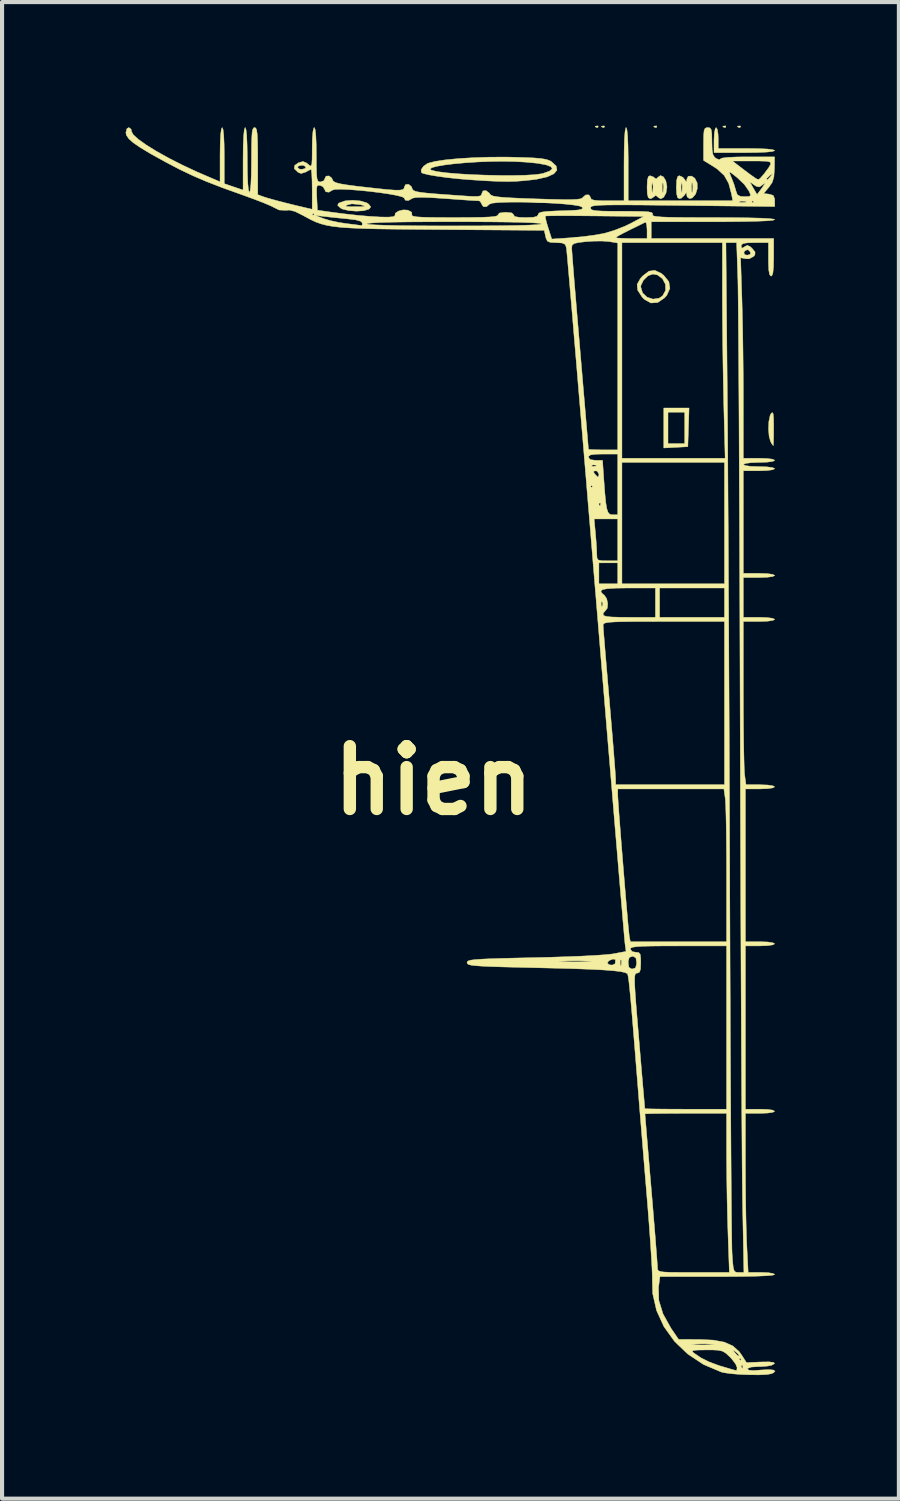
<source format=kicad_pcb>
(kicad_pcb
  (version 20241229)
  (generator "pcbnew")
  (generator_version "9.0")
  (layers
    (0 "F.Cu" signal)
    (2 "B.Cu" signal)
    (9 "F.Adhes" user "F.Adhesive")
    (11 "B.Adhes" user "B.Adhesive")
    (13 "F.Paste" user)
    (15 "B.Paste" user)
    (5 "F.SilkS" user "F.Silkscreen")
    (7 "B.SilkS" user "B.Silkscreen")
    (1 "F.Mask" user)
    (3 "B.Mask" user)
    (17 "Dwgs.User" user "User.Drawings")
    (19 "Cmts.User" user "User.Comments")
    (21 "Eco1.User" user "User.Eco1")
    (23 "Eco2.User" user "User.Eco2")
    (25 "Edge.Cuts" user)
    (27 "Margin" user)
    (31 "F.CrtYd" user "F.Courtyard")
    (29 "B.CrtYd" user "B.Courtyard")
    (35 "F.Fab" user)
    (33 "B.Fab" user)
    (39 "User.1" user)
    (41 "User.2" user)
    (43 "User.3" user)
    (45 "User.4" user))
  (footprint "hien"
    (layer "F.Cu")
    (at 7.473 15.895)
    (property "Reference" "hien" (at 0 0 0) (layer "F.SilkS") (effects (font (size 1.524 1.524) (thickness 0.3))))
    (attr through_hole)
    (fp_poly (pts (xy 3.996 -15.883) (xy 3.989 -15.853) (xy 3.962 -15.85) (xy 3.921 -15.868) (xy 3.929 -15.883) (xy 3.989 -15.89) (xy 3.996 -15.883)) (stroke (width 0.01) (type solid)) (fill yes) (layer "F.SilkS"))
    (fp_poly (pts (xy 4.149 -15.883) (xy 4.142 -15.853) (xy 4.115 -15.85) (xy 4.073 -15.868) (xy 4.081 -15.883) (xy 4.141 -15.89) (xy 4.149 -15.883)) (stroke (width 0.01) (type solid)) (fill yes) (layer "F.SilkS"))
    (fp_poly (pts (xy 5.419 -15.883) (xy 5.412 -15.853) (xy 5.385 -15.85) (xy 5.343 -15.868) (xy 5.351 -15.883) (xy 5.411 -15.89) (xy 5.419 -15.883)) (stroke (width 0.01) (type solid)) (fill yes) (layer "F.SilkS"))
    (fp_poly (pts (xy 7.095 -15.883) (xy 7.088 -15.853) (xy 7.061 -15.85) (xy 7.019 -15.868) (xy 7.027 -15.883) (xy 7.088 -15.89) (xy 7.095 -15.883)) (stroke (width 0.01) (type solid)) (fill yes) (layer "F.SilkS"))
    (fp_poly (pts (xy 7.451 -15.883) (xy 7.444 -15.853) (xy 7.417 -15.85) (xy 7.375 -15.868) (xy 7.383 -15.883) (xy 7.443 -15.89) (xy 7.451 -15.883)) (stroke (width 0.01) (type solid)) (fill yes) (layer "F.SilkS"))
    (fp_poly (pts (xy 6.172 -8.103) (xy 5.588 -8.072) (xy 5.588 -8.941) (xy 5.69 -8.941) (xy 5.69 -8.179) (xy 6.096 -8.179) (xy 6.096 -8.941) (xy 5.69 -8.941) (xy 5.588 -8.941) (xy 5.588 -9.042) (xy 6.201 -9.042) (xy 6.172 -8.103)) (stroke (width 0.01) (type solid)) (fill yes) (layer "F.SilkS"))
    (fp_poly (pts (xy 8.242 -8.902) (xy 8.252 -8.799) (xy 8.255 -8.611) (xy 8.255 -8.561) (xy 8.254 -8.365) (xy 8.251 -8.216) (xy 8.246 -8.136) (xy 8.244 -8.128) (xy 8.215 -8.166) (xy 8.181 -8.226) (xy 8.144 -8.355) (xy 8.13 -8.532) (xy 8.138 -8.715) (xy 8.169 -8.861) (xy 8.191 -8.907) (xy 8.222 -8.933) (xy 8.242 -8.902)) (stroke (width 0.01) (type solid)) (fill yes) (layer "F.SilkS"))
    (fp_poly (pts (xy 6.887 -15.804) (xy 6.905 -15.687) (xy 6.909 -15.596) (xy 6.909 -15.342) (xy 7.595 -15.342) (xy 7.884 -15.338) (xy 8.102 -15.328) (xy 8.237 -15.311) (xy 8.28 -15.291) (xy 8.231 -15.27) (xy 8.09 -15.254) (xy 7.865 -15.244) (xy 7.565 -15.24) (xy 7.544 -15.24) (xy 6.807 -15.24) (xy 6.807 -15.545) (xy 6.815 -15.707) (xy 6.835 -15.817) (xy 6.858 -15.85) (xy 6.887 -15.804)) (stroke (width 0.01) (type solid)) (fill yes) (layer "F.SilkS"))
    (fp_poly (pts (xy -1.776 -14.068) (xy -1.625 -14.023) (xy -1.575 -13.99) (xy -1.525 -13.926) (xy -1.555 -13.881) (xy -1.575 -13.867) (xy -1.696 -13.831) (xy -1.871 -13.82) (xy -2.056 -13.834) (xy -2.209 -13.87) (xy -2.26 -13.897) (xy -2.316 -13.95) (xy -2.134 -13.95) (xy -2.121 -13.935) (xy -2.023 -13.929) (xy -1.905 -13.928) (xy -1.744 -13.929) (xy -1.674 -13.936) (xy -1.687 -13.951) (xy -1.77 -13.977) (xy -1.981 -13.998) (xy -2.075 -13.977) (xy -2.134 -13.95) (xy -2.316 -13.95) (xy -2.327 -13.96) (xy -2.312 -14.004) (xy -2.286 -14.022) (xy -2.147 -14.07) (xy -1.964 -14.084) (xy -1.776 -14.068)) (stroke (width 0.01) (type solid)) (fill yes) (layer "F.SilkS"))
    (fp_poly (pts (xy 5.521 -12.313) (xy 5.584 -12.264) (xy 5.711 -12.109) (xy 5.736 -11.945) (xy 5.661 -11.778) (xy 5.606 -11.716) (xy 5.441 -11.603) (xy 5.275 -11.591) (xy 5.116 -11.679) (xy 5.059 -11.739) (xy 4.954 -11.902) (xy 4.947 -11.98) (xy 5.029 -11.98) (xy 5.073 -11.835) (xy 5.182 -11.732) (xy 5.326 -11.685) (xy 5.474 -11.707) (xy 5.559 -11.764) (xy 5.632 -11.898) (xy 5.627 -12.047) (xy 5.556 -12.181) (xy 5.434 -12.272) (xy 5.323 -12.294) (xy 5.203 -12.251) (xy 5.095 -12.146) (xy 5.033 -12.019) (xy 5.029 -11.98) (xy 4.947 -11.98) (xy 4.941 -12.045) (xy 5.023 -12.189) (xy 5.076 -12.247) (xy 5.227 -12.363) (xy 5.368 -12.384) (xy 5.521 -12.313)) (stroke (width 0.01) (type solid)) (fill yes) (layer "F.SilkS"))
    (fp_poly (pts (xy 5.579 -14.653) (xy 5.637 -14.558) (xy 5.664 -14.42) (xy 5.664 -14.402) (xy 5.642 -14.26) (xy 5.586 -14.159) (xy 5.516 -14.118) (xy 5.447 -14.156) (xy 5.441 -14.166) (xy 5.391 -14.205) (xy 5.363 -14.179) (xy 5.286 -14.127) (xy 5.255 -14.122) (xy 5.21 -14.151) (xy 5.187 -14.247) (xy 5.182 -14.402) (xy 5.296 -14.402) (xy 5.3 -14.297) (xy 5.312 -14.27) (xy 5.318 -14.287) (xy 5.327 -14.402) (xy 5.55 -14.402) (xy 5.554 -14.297) (xy 5.566 -14.27) (xy 5.572 -14.287) (xy 5.582 -14.409) (xy 5.573 -14.49) (xy 5.56 -14.518) (xy 5.551 -14.457) (xy 5.55 -14.402) (xy 5.327 -14.402) (xy 5.328 -14.409) (xy 5.319 -14.49) (xy 5.306 -14.518) (xy 5.297 -14.457) (xy 5.296 -14.402) (xy 5.182 -14.402) (xy 5.189 -14.572) (xy 5.214 -14.66) (xy 5.255 -14.681) (xy 5.344 -14.647) (xy 5.363 -14.625) (xy 5.408 -14.602) (xy 5.441 -14.638) (xy 5.507 -14.685) (xy 5.579 -14.653)) (stroke (width 0.01) (type solid)) (fill yes) (layer "F.SilkS"))
    (fp_poly (pts (xy 6.051 -14.642) (xy 6.092 -14.592) (xy 6.133 -14.53) (xy 6.144 -14.558) (xy 6.145 -14.592) (xy 6.18 -14.667) (xy 6.262 -14.672) (xy 6.34 -14.62) (xy 6.398 -14.507) (xy 6.401 -14.367) (xy 6.36 -14.235) (xy 6.282 -14.143) (xy 6.213 -14.122) (xy 6.156 -14.164) (xy 6.145 -14.211) (xy 6.139 -14.273) (xy 6.113 -14.246) (xy 6.092 -14.211) (xy 6.016 -14.137) (xy 5.966 -14.122) (xy 5.922 -14.15) (xy 5.899 -14.245) (xy 5.893 -14.402) (xy 6.007 -14.402) (xy 6.011 -14.297) (xy 6.023 -14.27) (xy 6.029 -14.287) (xy 6.038 -14.402) (xy 6.261 -14.402) (xy 6.265 -14.297) (xy 6.277 -14.27) (xy 6.283 -14.287) (xy 6.293 -14.409) (xy 6.284 -14.49) (xy 6.271 -14.518) (xy 6.263 -14.457) (xy 6.261 -14.402) (xy 6.038 -14.402) (xy 6.039 -14.409) (xy 6.03 -14.49) (xy 6.017 -14.518) (xy 6.009 -14.457) (xy 6.007 -14.402) (xy 5.893 -14.402) (xy 5.9 -14.572) (xy 5.925 -14.659) (xy 5.966 -14.681) (xy 6.051 -14.642)) (stroke (width 0.01) (type solid)) (fill yes) (layer "F.SilkS"))
    (fp_poly (pts (xy 1.867 -15.131) (xy 2.195 -15.122) (xy 2.438 -15.112) (xy 2.611 -15.097) (xy 2.732 -15.076) (xy 2.815 -15.048) (xy 2.86 -15.023) (xy 2.976 -14.916) (xy 2.995 -14.816) (xy 2.92 -14.727) (xy 2.756 -14.652) (xy 2.506 -14.595) (xy 2.382 -14.579) (xy 2.171 -14.557) (xy 1.981 -14.543) (xy 1.787 -14.539) (xy 1.565 -14.543) (xy 1.293 -14.556) (xy 0.947 -14.578) (xy 0.889 -14.582) (xy 0.604 -14.605) (xy 0.328 -14.635) (xy 0.08 -14.669) (xy -0.12 -14.703) (xy -0.252 -14.735) (xy -0.294 -14.755) (xy -0.302 -14.823) (xy -0.29 -14.841) (xy -0.084 -14.841) (xy -0.051 -14.814) (xy 0.083 -14.781) (xy 0.3 -14.752) (xy 0.578 -14.728) (xy 0.9 -14.708) (xy 1.244 -14.695) (xy 1.592 -14.687) (xy 1.925 -14.686) (xy 2.221 -14.692) (xy 2.463 -14.706) (xy 2.63 -14.729) (xy 2.652 -14.734) (xy 2.815 -14.792) (xy 2.88 -14.848) (xy 2.85 -14.899) (xy 2.73 -14.944) (xy 2.524 -14.982) (xy 2.234 -15.01) (xy 1.981 -15.024) (xy 1.686 -15.03) (xy 1.377 -15.026) (xy 1.066 -15.014) (xy 0.768 -14.994) (xy 0.495 -14.969) (xy 0.26 -14.94) (xy 0.076 -14.908) (xy -0.043 -14.875) (xy -0.084 -14.841) (xy -0.29 -14.841) (xy -0.246 -14.908) (xy -0.149 -14.977) (xy -0.135 -14.983) (xy 0.034 -15.027) (xy 0.286 -15.065) (xy 0.603 -15.096) (xy 0.965 -15.118) (xy 1.354 -15.131) (xy 1.752 -15.133) (xy 1.867 -15.131)) (stroke (width 0.01) (type solid)) (fill yes) (layer "F.SilkS"))
    (fp_poly (pts (xy -7.341 -15.809) (xy -7.334 -15.762) (xy -7.294 -15.682) (xy -7.172 -15.569) (xy -6.979 -15.431) (xy -6.728 -15.275) (xy -6.43 -15.109) (xy -6.096 -14.939) (xy -5.739 -14.772) (xy -5.595 -14.71) (xy -5.182 -14.533) (xy -5.182 -15.191) (xy -5.178 -15.473) (xy -5.167 -15.684) (xy -5.15 -15.812) (xy -5.131 -15.85) (xy -5.109 -15.801) (xy -5.093 -15.66) (xy -5.083 -15.438) (xy -5.08 -15.169) (xy -5.08 -14.488) (xy -4.623 -14.332) (xy -4.623 -15.091) (xy -4.62 -15.4) (xy -4.61 -15.636) (xy -4.595 -15.788) (xy -4.575 -15.849) (xy -4.572 -15.85) (xy -4.552 -15.8) (xy -4.536 -15.658) (xy -4.526 -15.43) (xy -4.521 -15.126) (xy -4.521 -15.062) (xy -4.518 -14.745) (xy -4.509 -14.503) (xy -4.494 -14.344) (xy -4.475 -14.277) (xy -4.47 -14.275) (xy -4.45 -14.324) (xy -4.434 -14.467) (xy -4.424 -14.694) (xy -4.42 -14.998) (xy -4.42 -15.062) (xy -4.418 -15.366) (xy -4.413 -15.582) (xy -4.404 -15.725) (xy -4.388 -15.807) (xy -4.364 -15.844) (xy -4.343 -15.85) (xy -4.314 -15.836) (xy -4.294 -15.787) (xy -4.28 -15.687) (xy -4.272 -15.525) (xy -4.268 -15.285) (xy -4.267 -15.036) (xy -4.267 -14.221) (xy -4.139 -14.173) (xy -4.026 -14.137) (xy -3.84 -14.085) (xy -3.606 -14.024) (xy -3.349 -13.96) (xy -3.095 -13.9) (xy -3.086 -13.898) (xy -2.946 -13.866) (xy -2.946 -14.333) (xy -2.84 -14.333) (xy -2.835 -14.166) (xy -2.834 -14.157) (xy -2.819 -13.844) (xy -2.543 -13.804) (xy -2.183 -13.757) (xy -1.845 -13.719) (xy -1.542 -13.693) (xy -1.287 -13.678) (xy -1.092 -13.676) (xy -0.971 -13.687) (xy -0.937 -13.711) (xy -0.938 -13.713) (xy -0.928 -13.771) (xy -0.85 -13.822) (xy -0.737 -13.851) (xy -0.626 -13.845) (xy -0.532 -13.796) (xy -0.527 -13.739) (xy -0.525 -13.714) (xy -0.487 -13.696) (xy -0.404 -13.682) (xy -0.262 -13.673) (xy -0.05 -13.668) (xy 0.243 -13.666) (xy 0.51 -13.665) (xy 0.881 -13.667) (xy 1.16 -13.671) (xy 1.358 -13.679) (xy 1.484 -13.691) (xy 1.548 -13.709) (xy 1.562 -13.729) (xy 1.599 -13.775) (xy 1.733 -13.792) (xy 1.753 -13.792) (xy 1.897 -13.778) (xy 1.944 -13.735) (xy 1.943 -13.729) (xy 1.971 -13.69) (xy 2.08 -13.67) (xy 2.235 -13.665) (xy 2.413 -13.671) (xy 2.509 -13.693) (xy 2.515 -13.702) (xy 2.712 -13.702) (xy 2.717 -13.648) (xy 2.747 -13.528) (xy 2.782 -13.414) (xy 2.869 -13.143) (xy 3.352 -13.176) (xy 3.37 -13.178) (xy 4.42 -13.178) (xy 4.466 -13.168) (xy 4.59 -13.161) (xy 4.765 -13.157) (xy 4.801 -13.157) (xy 5.182 -13.157) (xy 5.182 -13.365) (xy 5.173 -13.488) (xy 5.153 -13.551) (xy 5.144 -13.553) (xy 5.082 -13.523) (xy 4.955 -13.46) (xy 4.788 -13.379) (xy 4.763 -13.366) (xy 4.598 -13.283) (xy 4.477 -13.217) (xy 4.421 -13.18) (xy 4.42 -13.178) (xy 3.37 -13.178) (xy 3.612 -13.2) (xy 3.88 -13.235) (xy 4.107 -13.274) (xy 4.161 -13.286) (xy 4.391 -13.355) (xy 4.64 -13.453) (xy 4.794 -13.527) (xy 5.101 -13.691) (xy 3.915 -13.704) (xy 3.579 -13.707) (xy 3.278 -13.709) (xy 3.027 -13.709) (xy 2.841 -13.707) (xy 2.733 -13.704) (xy 2.712 -13.702) (xy 2.515 -13.702) (xy 2.54 -13.734) (xy 2.54 -13.74) (xy 2.559 -13.774) (xy 2.625 -13.798) (xy 2.754 -13.814) (xy 2.962 -13.825) (xy 3.097 -13.829) (xy 3.342 -13.837) (xy 3.501 -13.848) (xy 3.588 -13.865) (xy 3.617 -13.889) (xy 3.609 -13.916) (xy 3.543 -13.945) (xy 3.395 -13.97) (xy 3.182 -13.993) (xy 2.924 -14.011) (xy 2.637 -14.026) (xy 2.341 -14.036) (xy 2.054 -14.04) (xy 1.794 -14.038) (xy 1.579 -14.03) (xy 1.427 -14.014) (xy 1.358 -13.991) (xy 1.356 -13.989) (xy 1.286 -13.929) (xy 1.209 -13.929) (xy 1.169 -13.988) (xy 1.168 -13.995) (xy 1.141 -14.04) (xy 7.41 -14.04) (xy 7.477 -14.031) (xy 7.493 -14.031) (xy 7.58 -14.036) (xy 7.585 -14.046) (xy 7.722 -14.046) (xy 7.747 -14.021) (xy 7.772 -14.046) (xy 7.747 -14.072) (xy 7.722 -14.046) (xy 7.585 -14.046) (xy 7.587 -14.052) (xy 7.583 -14.054) (xy 7.482 -14.064) (xy 7.43 -14.056) (xy 7.41 -14.04) (xy 1.141 -14.04) (xy 1.127 -14.062) (xy 1.089 -14.072) (xy 1.012 -14.075) (xy 0.854 -14.085) (xy 0.635 -14.1) (xy 0.376 -14.119) (xy 0.27 -14.126) (xy -0.054 -14.148) (xy -0.287 -14.156) (xy -0.438 -14.151) (xy -0.515 -14.133) (xy -0.524 -14.126) (xy -0.612 -14.077) (xy -0.687 -14.087) (xy -0.711 -14.137) (xy -0.759 -14.167) (xy -0.887 -14.201) (xy -1.078 -14.236) (xy -1.31 -14.27) (xy -1.563 -14.301) (xy -1.818 -14.326) (xy -2.055 -14.344) (xy -2.253 -14.352) (xy -2.393 -14.348) (xy -2.453 -14.331) (xy -2.542 -14.28) (xy -2.617 -14.291) (xy -2.642 -14.345) (xy -2.684 -14.413) (xy -2.746 -14.443) (xy -2.802 -14.45) (xy -2.831 -14.42) (xy -2.84 -14.333) (xy -2.946 -14.333) (xy -2.946 -14.35) (xy -2.949 -14.558) (xy -2.956 -14.721) (xy -2.966 -14.817) (xy -2.972 -14.834) (xy -3.031 -14.81) (xy -3.1 -14.77) (xy -3.214 -14.734) (xy -3.286 -14.761) (xy -3.379 -14.849) (xy -3.375 -14.884) (xy -3.302 -14.884) (xy -3.259 -14.843) (xy -3.2 -14.834) (xy -3.118 -14.855) (xy -3.099 -14.884) (xy -3.141 -14.926) (xy -3.2 -14.935) (xy -3.283 -14.914) (xy -3.302 -14.884) (xy -3.375 -14.884) (xy -3.371 -14.93) (xy -3.281 -14.993) (xy -3.169 -15.026) (xy -3.08 -14.988) (xy -3.048 -14.961) (xy -3.001 -14.922) (xy -2.972 -14.918) (xy -2.955 -14.964) (xy -2.948 -15.076) (xy -2.946 -15.269) (xy -2.946 -15.359) (xy -2.941 -15.589) (xy -2.927 -15.755) (xy -2.906 -15.841) (xy -2.896 -15.85) (xy -2.874 -15.801) (xy -2.858 -15.661) (xy -2.848 -15.44) (xy -2.845 -15.189) (xy -2.844 -14.92) (xy -2.84 -14.735) (xy -2.83 -14.62) (xy -2.811 -14.558) (xy -2.782 -14.533) (xy -2.743 -14.529) (xy -2.66 -14.561) (xy -2.642 -14.605) (xy -2.609 -14.67) (xy -2.538 -14.675) (xy -2.472 -14.625) (xy -2.455 -14.586) (xy -2.433 -14.547) (xy -2.379 -14.515) (xy -2.278 -14.487) (xy -2.115 -14.459) (xy -1.875 -14.427) (xy -1.71 -14.408) (xy -1.367 -14.369) (xy -1.112 -14.343) (xy -0.932 -14.33) (xy -0.815 -14.331) (xy -0.747 -14.344) (xy -0.717 -14.37) (xy -0.711 -14.402) (xy -0.679 -14.466) (xy -0.608 -14.472) (xy -0.542 -14.422) (xy -0.524 -14.382) (xy -0.511 -14.348) (xy -0.485 -14.321) (xy -0.432 -14.299) (xy -0.34 -14.28) (xy -0.197 -14.262) (xy 0.009 -14.243) (xy 0.29 -14.222) (xy 0.66 -14.196) (xy 0.699 -14.193) (xy 0.92 -14.179) (xy 1.06 -14.178) (xy 1.135 -14.19) (xy 1.165 -14.217) (xy 1.168 -14.243) (xy 1.201 -14.312) (xy 1.275 -14.318) (xy 1.351 -14.259) (xy 1.364 -14.24) (xy 1.391 -14.211) (xy 1.445 -14.188) (xy 1.539 -14.17) (xy 1.686 -14.155) (xy 1.898 -14.142) (xy 2.188 -14.129) (xy 2.496 -14.118) (xy 2.865 -14.107) (xy 3.143 -14.101) (xy 3.345 -14.101) (xy 3.482 -14.107) (xy 3.567 -14.12) (xy 3.611 -14.14) (xy 3.622 -14.153) (xy 3.692 -14.214) (xy 3.769 -14.215) (xy 3.81 -14.157) (xy 3.81 -14.148) (xy 3.829 -14.109) (xy 3.899 -14.085) (xy 4.036 -14.074) (xy 4.216 -14.072) (xy 4.623 -14.072) (xy 4.623 -14.961) (xy 4.626 -15.304) (xy 4.634 -15.57) (xy 4.647 -15.751) (xy 4.665 -15.841) (xy 4.674 -15.85) (xy 4.693 -15.8) (xy 4.708 -15.656) (xy 4.719 -15.425) (xy 4.724 -15.113) (xy 4.724 -14.961) (xy 4.724 -14.072) (xy 7.262 -14.072) (xy 7.231 -14.237) (xy 7.162 -14.496) (xy 7.055 -14.686) (xy 6.984 -14.752) (xy 7.182 -14.752) (xy 7.217 -14.661) (xy 7.232 -14.627) (xy 7.293 -14.468) (xy 7.337 -14.32) (xy 7.338 -14.313) (xy 7.374 -14.217) (xy 7.448 -14.179) (xy 7.546 -14.173) (xy 7.663 -14.177) (xy 7.697 -14.206) (xy 7.667 -14.284) (xy 7.652 -14.313) (xy 7.546 -14.465) (xy 7.476 -14.533) (xy 7.673 -14.533) (xy 7.761 -14.379) (xy 7.82 -14.277) (xy 7.851 -14.226) (xy 7.852 -14.224) (xy 7.88 -14.261) (xy 7.948 -14.352) (xy 7.975 -14.389) (xy 8.04 -14.484) (xy 8.044 -14.506) (xy 7.994 -14.466) (xy 7.91 -14.408) (xy 7.835 -14.422) (xy 7.783 -14.456) (xy 7.673 -14.533) (xy 7.476 -14.533) (xy 7.377 -14.628) (xy 7.248 -14.731) (xy 7.191 -14.77) (xy 7.182 -14.752) (xy 6.984 -14.752) (xy 6.892 -14.838) (xy 6.81 -14.893) (xy 6.578 -15.037) (xy 7.255 -15.037) (xy 7.552 -14.81) (xy 7.7 -14.699) (xy 7.816 -14.618) (xy 7.878 -14.582) (xy 7.881 -14.581) (xy 7.924 -14.614) (xy 8.087 -14.614) (xy 8.087 -14.58) (xy 8.096 -14.58) (xy 8.139 -14.614) (xy 8.185 -14.668) (xy 8.229 -14.729) (xy 8.203 -14.716) (xy 8.166 -14.688) (xy 8.087 -14.614) (xy 7.924 -14.614) (xy 7.928 -14.617) (xy 8.008 -14.708) (xy 8.037 -14.745) (xy 8.136 -14.878) (xy 8.183 -14.963) (xy 8.169 -15.011) (xy 8.083 -15.032) (xy 7.912 -15.037) (xy 7.746 -15.037) (xy 7.255 -15.037) (xy 6.578 -15.037) (xy 6.553 -15.052) (xy 6.553 -15.451) (xy 6.555 -15.651) (xy 6.565 -15.77) (xy 6.589 -15.829) (xy 6.63 -15.848) (xy 6.655 -15.85) (xy 6.709 -15.84) (xy 6.74 -15.795) (xy 6.753 -15.694) (xy 6.756 -15.514) (xy 6.756 -15.506) (xy 6.761 -15.315) (xy 6.78 -15.198) (xy 6.819 -15.13) (xy 6.858 -15.099) (xy 6.937 -15.067) (xy 6.96 -15.087) (xy 7.009 -15.109) (xy 7.15 -15.126) (xy 7.373 -15.136) (xy 7.618 -15.138) (xy 8.277 -15.138) (xy 8.273 -14.847) (xy 8.26 -14.654) (xy 8.22 -14.52) (xy 8.14 -14.403) (xy 8.011 -14.249) (xy 8.145 -14.233) (xy 8.245 -14.202) (xy 8.279 -14.118) (xy 8.28 -14.074) (xy 8.28 -13.932) (xy 6.045 -13.958) (xy 5.509 -13.964) (xy 5.065 -13.969) (xy 4.705 -13.971) (xy 4.421 -13.971) (xy 4.204 -13.969) (xy 4.044 -13.964) (xy 3.934 -13.956) (xy 3.864 -13.945) (xy 3.826 -13.93) (xy 3.811 -13.912) (xy 3.81 -13.901) (xy 3.82 -13.869) (xy 3.86 -13.846) (xy 3.944 -13.831) (xy 4.088 -13.822) (xy 4.305 -13.818) (xy 4.577 -13.818) (xy 4.874 -13.816) (xy 5.083 -13.812) (xy 5.217 -13.803) (xy 5.291 -13.787) (xy 5.318 -13.764) (xy 5.316 -13.741) (xy 5.317 -13.719) (xy 5.348 -13.702) (xy 5.418 -13.689) (xy 5.537 -13.679) (xy 5.716 -13.672) (xy 5.964 -13.668) (xy 6.292 -13.666) (xy 6.71 -13.665) (xy 6.783 -13.665) (xy 7.257 -13.663) (xy 7.645 -13.658) (xy 7.945 -13.65) (xy 8.151 -13.639) (xy 8.262 -13.625) (xy 8.28 -13.614) (xy 8.23 -13.598) (xy 8.082 -13.585) (xy 7.839 -13.575) (xy 7.505 -13.568) (xy 7.083 -13.564) (xy 6.782 -13.564) (xy 5.283 -13.564) (xy 5.283 -13.157) (xy 8.255 -13.157) (xy 8.255 -12.7) (xy 8.25 -12.464) (xy 8.236 -12.318) (xy 8.21 -12.251) (xy 8.191 -12.243) (xy 8.157 -12.278) (xy 8.136 -12.389) (xy 8.128 -12.589) (xy 8.128 -12.649) (xy 8.128 -13.056) (xy 7.798 -13.056) (xy 7.615 -13.051) (xy 7.514 -13.035) (xy 7.472 -13) (xy 7.468 -12.973) (xy 7.48 -12.919) (xy 7.534 -12.946) (xy 7.547 -12.956) (xy 7.616 -12.991) (xy 7.689 -12.956) (xy 7.733 -12.914) (xy 7.803 -12.829) (xy 7.8 -12.764) (xy 7.771 -12.724) (xy 7.66 -12.663) (xy 7.577 -12.665) (xy 7.452 -12.689) (xy 7.485 -11.666) (xy 7.494 -11.319) (xy 7.503 -10.899) (xy 7.51 -10.436) (xy 7.515 -9.958) (xy 7.518 -9.494) (xy 7.518 -9.233) (xy 7.518 -7.823) (xy 7.899 -7.823) (xy 8.091 -7.817) (xy 8.225 -7.8) (xy 8.28 -7.775) (xy 8.28 -7.772) (xy 8.233 -7.747) (xy 8.105 -7.729) (xy 7.917 -7.722) (xy 7.899 -7.722) (xy 7.707 -7.715) (xy 7.574 -7.698) (xy 7.519 -7.673) (xy 7.518 -7.671) (xy 7.566 -7.645) (xy 7.694 -7.627) (xy 7.882 -7.62) (xy 7.899 -7.62) (xy 8.091 -7.614) (xy 8.225 -7.597) (xy 8.28 -7.572) (xy 8.28 -7.569) (xy 8.233 -7.544) (xy 8.105 -7.526) (xy 7.917 -7.518) (xy 7.899 -7.518) (xy 7.518 -7.518) (xy 7.518 -5.029) (xy 7.899 -5.029) (xy 8.091 -5.023) (xy 8.225 -5.006) (xy 8.28 -4.981) (xy 8.28 -4.978) (xy 8.233 -4.953) (xy 8.105 -4.935) (xy 7.917 -4.928) (xy 7.899 -4.928) (xy 7.518 -4.928) (xy 7.518 -3.962) (xy 7.899 -3.962) (xy 8.091 -3.956) (xy 8.225 -3.939) (xy 8.28 -3.914) (xy 8.28 -3.912) (xy 8.233 -3.886) (xy 8.105 -3.868) (xy 7.917 -3.861) (xy 7.899 -3.861) (xy 7.518 -3.861) (xy 7.518 -2.115) (xy 7.519 -1.693) (xy 7.522 -1.293) (xy 7.526 -0.93) (xy 7.532 -0.618) (xy 7.538 -0.37) (xy 7.545 -0.2) (xy 7.551 -0.134) (xy 7.583 0.102) (xy 7.932 0.102) (xy 8.111 0.108) (xy 8.235 0.127) (xy 8.28 0.152) (xy 8.233 0.178) (xy 8.107 0.196) (xy 7.925 0.203) (xy 7.925 0.203) (xy 7.569 0.203) (xy 7.569 3.912) (xy 7.925 3.912) (xy 8.107 3.918) (xy 8.233 3.936) (xy 8.28 3.962) (xy 8.28 3.962) (xy 8.233 3.988) (xy 8.107 4.006) (xy 7.925 4.013) (xy 7.925 4.013) (xy 7.569 4.013) (xy 7.569 7.976) (xy 7.925 7.976) (xy 8.107 7.982) (xy 8.233 8) (xy 8.28 8.026) (xy 8.28 8.026) (xy 8.233 8.052) (xy 8.107 8.07) (xy 7.925 8.077) (xy 7.925 8.077) (xy 7.569 8.077) (xy 7.569 9.36) (xy 7.571 9.757) (xy 7.575 10.162) (xy 7.581 10.55) (xy 7.589 10.898) (xy 7.598 11.181) (xy 7.603 11.29) (xy 7.636 11.938) (xy 7.958 11.938) (xy 8.127 11.945) (xy 8.243 11.965) (xy 8.28 11.989) (xy 8.23 12.005) (xy 8.082 12.019) (xy 7.841 12.029) (xy 7.509 12.036) (xy 7.09 12.039) (xy 6.887 12.04) (xy 5.494 12.04) (xy 5.46 12.307) (xy 5.468 12.618) (xy 5.569 12.945) (xy 5.764 13.295) (xy 5.786 13.327) (xy 5.948 13.564) (xy 6.441 13.565) (xy 6.791 13.581) (xy 7.06 13.631) (xy 7.263 13.722) (xy 7.416 13.858) (xy 7.477 13.943) (xy 7.595 14.127) (xy 7.938 14.112) (xy 8.142 14.109) (xy 8.256 14.123) (xy 8.276 14.151) (xy 8.2 14.193) (xy 8.103 14.211) (xy 7.951 14.223) (xy 7.87 14.224) (xy 7.711 14.235) (xy 7.628 14.265) (xy 7.62 14.282) (xy 7.657 14.312) (xy 7.775 14.319) (xy 7.95 14.306) (xy 8.132 14.296) (xy 8.249 14.307) (xy 8.289 14.336) (xy 8.244 14.377) (xy 8.2 14.396) (xy 8.089 14.416) (xy 7.907 14.424) (xy 7.682 14.423) (xy 7.445 14.414) (xy 7.224 14.396) (xy 7.05 14.372) (xy 6.985 14.356) (xy 6.553 14.173) (xy 6.171 13.92) (xy 6.094 13.846) (xy 6.278 13.846) (xy 6.296 13.876) (xy 6.325 13.899) (xy 6.49 14.011) (xy 6.684 14.108) (xy 6.928 14.199) (xy 7.245 14.293) (xy 7.353 14.322) (xy 7.364 14.284) (xy 7.366 14.244) (xy 7.358 14.224) (xy 7.468 14.224) (xy 7.486 14.266) (xy 7.501 14.258) (xy 7.508 14.198) (xy 7.501 14.19) (xy 7.471 14.197) (xy 7.468 14.224) (xy 7.358 14.224) (xy 7.332 14.162) (xy 7.246 14.047) (xy 7.245 14.046) (xy 7.417 14.046) (xy 7.442 14.072) (xy 7.468 14.046) (xy 7.442 14.021) (xy 7.417 14.046) (xy 7.245 14.046) (xy 7.193 13.99) (xy 7.101 13.904) (xy 7.02 13.852) (xy 6.919 13.827) (xy 6.767 13.819) (xy 6.622 13.819) (xy 6.425 13.822) (xy 6.316 13.829) (xy 6.278 13.846) (xy 6.094 13.846) (xy 6.064 13.818) (xy 7.268 13.818) (xy 7.28 13.844) (xy 7.309 13.881) (xy 7.383 13.96) (xy 7.416 13.96) (xy 7.417 13.951) (xy 7.382 13.908) (xy 7.328 13.862) (xy 7.268 13.818) (xy 6.064 13.818) (xy 5.927 13.687) (xy 6.254 13.687) (xy 6.287 13.693) (xy 6.404 13.697) (xy 6.528 13.698) (xy 6.7 13.696) (xy 6.799 13.691) (xy 6.813 13.684) (xy 6.771 13.679) (xy 6.579 13.671) (xy 6.367 13.675) (xy 6.313 13.679) (xy 6.254 13.687) (xy 5.927 13.687) (xy 5.847 13.609) (xy 5.591 13.253) (xy 5.412 12.862) (xy 5.318 12.45) (xy 5.31 12.137) (xy 5.309 12.022) (xy 5.301 11.819) (xy 5.285 11.543) (xy 5.263 11.207) (xy 5.236 10.826) (xy 5.204 10.414) (xy 5.177 10.084) (xy 5.136 9.592) (xy 5.092 9.065) (xy 5.048 8.528) (xy 5.012 8.09) (xy 5.131 8.09) (xy 5.135 8.142) (xy 5.147 8.283) (xy 5.165 8.503) (xy 5.189 8.79) (xy 5.218 9.132) (xy 5.25 9.518) (xy 5.283 9.906) (xy 5.319 10.328) (xy 5.351 10.721) (xy 5.38 11.073) (xy 5.403 11.372) (xy 5.421 11.606) (xy 5.432 11.761) (xy 5.436 11.824) (xy 5.438 11.865) (xy 5.455 11.895) (xy 5.5 11.915) (xy 5.588 11.928) (xy 5.733 11.935) (xy 5.949 11.937) (xy 6.25 11.938) (xy 6.307 11.938) (xy 7.179 11.938) (xy 7.146 10.986) (xy 7.134 10.594) (xy 7.124 10.145) (xy 7.117 9.682) (xy 7.113 9.25) (xy 7.112 9.055) (xy 7.112 8.077) (xy 6.121 8.077) (xy 5.817 8.078) (xy 5.55 8.08) (xy 5.337 8.082) (xy 5.192 8.086) (xy 5.132 8.089) (xy 5.131 8.09) (xy 5.012 8.09) (xy 5.005 8.008) (xy 4.967 7.529) (xy 4.934 7.118) (xy 4.925 7.01) (xy 4.88 6.444) (xy 4.841 5.972) (xy 4.809 5.587) (xy 4.782 5.281) (xy 4.759 5.047) (xy 4.741 4.878) (xy 4.725 4.767) (xy 4.713 4.705) (xy 4.705 4.688) (xy 4.651 4.661) (xy 4.544 4.637) (xy 4.375 4.617) (xy 4.138 4.598) (xy 3.826 4.582) (xy 3.432 4.567) (xy 2.948 4.554) (xy 2.527 4.544) (xy 2.063 4.533) (xy 1.691 4.524) (xy 1.4 4.515) (xy 1.181 4.505) (xy 1.024 4.494) (xy 0.918 4.482) (xy 0.855 4.466) (xy 0.823 4.447) (xy 0.813 4.425) (xy 0.813 4.421) (xy 4.216 4.421) (xy 4.255 4.469) (xy 4.335 4.479) (xy 4.401 4.449) (xy 4.411 4.43) (xy 4.412 4.42) (xy 4.529 4.42) (xy 4.537 4.492) (xy 4.555 4.483) (xy 4.559 4.42) (xy 4.724 4.42) (xy 4.74 4.531) (xy 4.8 4.57) (xy 4.826 4.572) (xy 4.9 4.548) (xy 4.927 4.459) (xy 4.928 4.42) (xy 4.912 4.308) (xy 4.852 4.269) (xy 4.826 4.267) (xy 4.752 4.291) (xy 4.725 4.38) (xy 4.724 4.42) (xy 4.559 4.42) (xy 4.562 4.379) (xy 4.555 4.356) (xy 4.536 4.35) (xy 4.529 4.42) (xy 4.412 4.42) (xy 4.413 4.353) (xy 4.406 4.338) (xy 4.344 4.334) (xy 4.261 4.369) (xy 4.217 4.418) (xy 4.216 4.421) (xy 0.813 4.421) (xy 0.813 4.419) (xy 0.82 4.395) (xy 0.829 4.388) (xy 3.035 4.388) (xy 3.049 4.394) (xy 3.151 4.397) (xy 3.33 4.4) (xy 3.429 4.4) (xy 3.643 4.399) (xy 3.784 4.396) (xy 3.844 4.391) (xy 3.814 4.385) (xy 3.774 4.382) (xy 3.543 4.375) (xy 3.28 4.376) (xy 3.114 4.382) (xy 3.035 4.388) (xy 0.829 4.388) (xy 0.847 4.375) (xy 0.904 4.359) (xy 1.003 4.346) (xy 1.153 4.335) (xy 1.364 4.325) (xy 1.647 4.316) (xy 2.012 4.307) (xy 2.426 4.298) (xy 2.837 4.288) (xy 3.231 4.275) (xy 3.591 4.261) (xy 3.902 4.245) (xy 4.148 4.228) (xy 4.314 4.212) (xy 4.355 4.206) (xy 4.672 4.147) (xy 4.664 4.089) (xy 4.775 4.089) (xy 4.819 4.151) (xy 4.902 4.166) (xy 4.978 4.174) (xy 5.015 4.216) (xy 5.028 4.318) (xy 5.029 4.42) (xy 5.023 4.574) (xy 4.999 4.65) (xy 4.948 4.673) (xy 4.938 4.674) (xy 4.914 4.678) (xy 4.896 4.699) (xy 4.884 4.745) (xy 4.88 4.828) (xy 4.882 4.958) (xy 4.893 5.144) (xy 4.911 5.398) (xy 4.938 5.729) (xy 4.973 6.147) (xy 4.987 6.312) (xy 5.02 6.708) (xy 5.051 7.071) (xy 5.078 7.388) (xy 5.101 7.647) (xy 5.117 7.836) (xy 5.126 7.943) (xy 5.128 7.963) (xy 5.177 7.967) (xy 5.312 7.97) (xy 5.518 7.973) (xy 5.779 7.975) (xy 6.08 7.976) (xy 6.121 7.976) (xy 7.112 7.976) (xy 7.112 4.013) (xy 5.944 4.013) (xy 5.565 4.014) (xy 5.276 4.017) (xy 5.066 4.022) (xy 4.922 4.032) (xy 4.833 4.045) (xy 4.788 4.064) (xy 4.775 4.088) (xy 4.775 4.089) (xy 4.664 4.089) (xy 4.647 3.966) (xy 4.64 3.896) (xy 4.625 3.73) (xy 4.603 3.474) (xy 4.574 3.133) (xy 4.538 2.713) (xy 4.496 2.219) (xy 4.449 1.655) (xy 4.396 1.029) (xy 4.339 0.345) (xy 4.337 0.318) (xy 4.47 0.318) (xy 4.473 0.405) (xy 4.485 0.577) (xy 4.502 0.819) (xy 4.525 1.115) (xy 4.551 1.451) (xy 4.58 1.812) (xy 4.61 2.183) (xy 4.64 2.548) (xy 4.669 2.894) (xy 4.696 3.204) (xy 4.719 3.465) (xy 4.738 3.66) (xy 4.75 3.776) (xy 4.754 3.797) (xy 4.777 3.912) (xy 7.112 3.912) (xy 7.112 2.293) (xy 7.111 1.886) (xy 7.108 1.501) (xy 7.104 1.153) (xy 7.098 0.856) (xy 7.091 0.626) (xy 7.083 0.476) (xy 7.08 0.439) (xy 7.047 0.203) (xy 4.47 0.203) (xy 4.47 0.318) (xy 4.337 0.318) (xy 4.278 -0.391) (xy 4.212 -1.173) (xy 4.144 -1.998) (xy 4.072 -2.858) (xy 3.999 -3.748) (xy 3.997 -3.772) (xy 4.116 -3.772) (xy 4.12 -3.702) (xy 4.132 -3.543) (xy 4.151 -3.307) (xy 4.176 -3.007) (xy 4.206 -2.655) (xy 4.239 -2.264) (xy 4.268 -1.93) (xy 4.303 -1.513) (xy 4.336 -1.123) (xy 4.365 -0.774) (xy 4.388 -0.477) (xy 4.406 -0.246) (xy 4.416 -0.094) (xy 4.419 -0.038) (xy 4.42 0.102) (xy 7.061 0.102) (xy 7.061 -3.861) (xy 5.588 -3.861) (xy 5.162 -3.86) (xy 4.826 -3.859) (xy 4.571 -3.856) (xy 4.385 -3.85) (xy 4.257 -3.841) (xy 4.178 -3.828) (xy 4.135 -3.811) (xy 4.118 -3.789) (xy 4.116 -3.772) (xy 3.997 -3.772) (xy 3.953 -4.297) (xy 4.068 -4.297) (xy 4.077 -4.231) (xy 4.095 -4.23) (xy 4.107 -4.298) (xy 4.099 -4.328) (xy 4.076 -4.347) (xy 4.068 -4.297) (xy 3.953 -4.297) (xy 3.935 -4.521) (xy 3.928 -4.599) (xy 4.06 -4.599) (xy 4.087 -4.547) (xy 4.147 -4.497) (xy 4.202 -4.414) (xy 4.227 -4.295) (xy 4.217 -4.184) (xy 4.172 -4.125) (xy 4.12 -4.065) (xy 4.115 -4.034) (xy 4.133 -4.004) (xy 4.197 -3.983) (xy 4.321 -3.97) (xy 4.521 -3.964) (xy 4.75 -3.962) (xy 5.385 -3.962) (xy 5.385 -4.674) (xy 5.486 -4.674) (xy 5.486 -3.962) (xy 7.061 -3.962) (xy 7.061 -4.674) (xy 5.486 -4.674) (xy 5.385 -4.674) (xy 4.724 -4.674) (xy 4.426 -4.67) (xy 4.221 -4.658) (xy 4.102 -4.635) (xy 4.06 -4.599) (xy 3.928 -4.599) (xy 3.871 -5.283) (xy 4.013 -5.283) (xy 4.013 -4.775) (xy 4.47 -4.775) (xy 4.47 -5.283) (xy 4.013 -5.283) (xy 3.871 -5.283) (xy 3.859 -5.432) (xy 3.786 -6.316) (xy 3.783 -6.35) (xy 3.897 -6.35) (xy 3.929 -6.007) (xy 3.946 -5.802) (xy 3.958 -5.614) (xy 3.962 -5.499) (xy 3.967 -5.401) (xy 3.998 -5.353) (xy 4.083 -5.336) (xy 4.216 -5.334) (xy 4.47 -5.334) (xy 4.47 -6.35) (xy 3.897 -6.35) (xy 3.783 -6.35) (xy 3.753 -6.706) (xy 4.013 -6.706) (xy 4.032 -6.664) (xy 4.047 -6.672) (xy 4.053 -6.732) (xy 4.047 -6.739) (xy 4.017 -6.732) (xy 4.013 -6.706) (xy 3.753 -6.706) (xy 3.717 -7.137) (xy 3.81 -7.137) (xy 3.835 -7.112) (xy 3.861 -7.137) (xy 3.835 -7.163) (xy 3.81 -7.137) (xy 3.717 -7.137) (xy 3.715 -7.169) (xy 3.687 -7.505) (xy 3.877 -7.505) (xy 3.906 -7.45) (xy 3.912 -7.442) (xy 3.972 -7.379) (xy 3.994 -7.366) (xy 4.011 -7.407) (xy 4.013 -7.442) (xy 3.972 -7.508) (xy 3.931 -7.518) (xy 3.877 -7.505) (xy 3.687 -7.505) (xy 3.676 -7.632) (xy 3.832 -7.632) (xy 3.882 -7.624) (xy 3.948 -7.633) (xy 3.949 -7.651) (xy 3.881 -7.663) (xy 3.851 -7.655) (xy 3.832 -7.632) (xy 3.676 -7.632) (xy 3.658 -7.849) (xy 3.759 -7.849) (xy 3.799 -7.791) (xy 3.926 -7.772) (xy 3.93 -7.772) (xy 4.101 -7.772) (xy 4.135 -7.277) (xy 4.158 -6.969) (xy 4.18 -6.749) (xy 4.204 -6.601) (xy 4.234 -6.512) (xy 4.273 -6.467) (xy 4.327 -6.452) (xy 4.349 -6.452) (xy 4.47 -6.452) (xy 4.47 -7.722) (xy 4.572 -7.722) (xy 4.572 -4.775) (xy 7.061 -4.775) (xy 7.061 -7.722) (xy 4.572 -7.722) (xy 4.47 -7.722) (xy 4.47 -7.925) (xy 4.115 -7.925) (xy 3.922 -7.92) (xy 3.811 -7.904) (xy 3.764 -7.872) (xy 3.759 -7.849) (xy 3.658 -7.849) (xy 3.647 -7.984) (xy 3.582 -8.756) (xy 3.521 -9.48) (xy 3.465 -10.15) (xy 3.413 -10.762) (xy 3.367 -11.31) (xy 3.326 -11.787) (xy 3.291 -12.19) (xy 3.263 -12.512) (xy 3.242 -12.748) (xy 3.228 -12.894) (xy 3.224 -12.933) (xy 3.353 -12.933) (xy 3.357 -12.861) (xy 3.369 -12.699) (xy 3.388 -12.455) (xy 3.413 -12.143) (xy 3.444 -11.771) (xy 3.479 -11.35) (xy 3.518 -10.891) (xy 3.556 -10.439) (xy 3.597 -9.959) (xy 3.635 -9.509) (xy 3.67 -9.102) (xy 3.7 -8.747) (xy 3.725 -8.453) (xy 3.744 -8.231) (xy 3.755 -8.091) (xy 3.759 -8.042) (xy 3.806 -8.034) (xy 3.928 -8.029) (xy 4.101 -8.026) (xy 4.115 -8.026) (xy 4.47 -8.026) (xy 4.47 -13.047) (xy 4.418 -13.056) (xy 4.572 -13.056) (xy 4.572 -7.823) (xy 7.077 -7.823) (xy 7.044 -9.127) (xy 7.034 -9.584) (xy 7.025 -10.103) (xy 7.018 -10.647) (xy 7.013 -11.176) (xy 7.01 -11.652) (xy 7.01 -11.743) (xy 7.01 -13.056) (xy 7.096 -13.056) (xy 7.129 -9.411) (xy 7.133 -8.937) (xy 7.138 -8.371) (xy 7.142 -7.721) (xy 7.146 -6.996) (xy 7.151 -6.205) (xy 7.156 -5.357) (xy 7.16 -4.46) (xy 7.165 -3.523) (xy 7.169 -2.555) (xy 7.174 -1.566) (xy 7.178 -0.563) (xy 7.182 0.444) (xy 7.185 1.446) (xy 7.189 2.435) (xy 7.189 2.616) (xy 7.193 3.539) (xy 7.196 4.439) (xy 7.2 5.311) (xy 7.203 6.149) (xy 7.207 6.946) (xy 7.211 7.698) (xy 7.215 8.399) (xy 7.219 9.043) (xy 7.223 9.624) (xy 7.227 10.137) (xy 7.231 10.575) (xy 7.235 10.934) (xy 7.239 11.208) (xy 7.242 11.39) (xy 7.245 11.468) (xy 7.26 11.688) (xy 7.275 11.826) (xy 7.298 11.9) (xy 7.334 11.931) (xy 7.39 11.938) (xy 7.403 11.938) (xy 7.532 11.938) (xy 7.5 10.249) (xy 7.497 10.024) (xy 7.493 9.704) (xy 7.489 9.294) (xy 7.486 8.801) (xy 7.482 8.23) (xy 7.478 7.588) (xy 7.474 6.88) (xy 7.47 6.113) (xy 7.466 5.293) (xy 7.462 4.425) (xy 7.458 3.516) (xy 7.455 2.572) (xy 7.451 1.598) (xy 7.448 0.601) (xy 7.445 -0.413) (xy 7.442 -1.372) (xy 7.439 -2.382) (xy 7.436 -3.374) (xy 7.433 -4.341) (xy 7.429 -5.277) (xy 7.426 -6.178) (xy 7.422 -7.038) (xy 7.418 -7.851) (xy 7.415 -8.612) (xy 7.411 -9.315) (xy 7.407 -9.956) (xy 7.403 -10.528) (xy 7.399 -11.026) (xy 7.396 -11.445) (xy 7.392 -11.779) (xy 7.389 -12.023) (xy 7.386 -12.171) (xy 7.385 -12.179) (xy 7.364 -12.811) (xy 7.53 -12.811) (xy 7.555 -12.763) (xy 7.614 -12.751) (xy 7.69 -12.773) (xy 7.688 -12.829) (xy 7.63 -12.887) (xy 7.56 -12.863) (xy 7.53 -12.811) (xy 7.364 -12.811) (xy 7.355 -13.056) (xy 7.096 -13.056) (xy 7.01 -13.056) (xy 4.572 -13.056) (xy 4.418 -13.056) (xy 4.265 -13.081) (xy 4.104 -13.094) (xy 3.893 -13.093) (xy 3.706 -13.081) (xy 3.52 -13.059) (xy 3.414 -13.035) (xy 3.365 -12.998) (xy 3.353 -12.941) (xy 3.353 -12.933) (xy 3.224 -12.933) (xy 3.223 -12.941) (xy 3.192 -13.014) (xy 3.121 -13.047) (xy 2.98 -13.056) (xy 2.975 -13.056) (xy 2.834 -13.062) (xy 2.762 -13.093) (xy 2.727 -13.169) (xy 2.719 -13.205) (xy 2.686 -13.354) (xy 0.187 -13.373) (xy -0.416 -13.378) (xy -0.927 -13.383) (xy -1.356 -13.389) (xy -1.712 -13.398) (xy -2.005 -13.411) (xy -2.244 -13.427) (xy -2.439 -13.449) (xy -2.599 -13.477) (xy -2.735 -13.513) (xy -2.855 -13.556) (xy -2.97 -13.609) (xy -3.089 -13.672) (xy -3.17 -13.717) (xy -3.218 -13.741) (xy -2.946 -13.741) (xy -2.921 -13.716) (xy -2.919 -13.718) (xy -2.87 -13.718) (xy -2.667 -13.638) (xy -2.508 -13.591) (xy -2.297 -13.546) (xy -2.108 -13.517) (xy -1.931 -13.496) (xy -1.8 -13.478) (xy -1.741 -13.469) (xy -1.74 -13.469) (xy -1.728 -13.503) (xy -1.728 -13.513) (xy -1.626 -13.513) (xy -1.575 -13.499) (xy -1.425 -13.487) (xy -1.178 -13.478) (xy -0.835 -13.47) (xy -0.399 -13.465) (xy 0.128 -13.462) (xy 0.511 -13.462) (xy 1.105 -13.463) (xy 1.602 -13.467) (xy 2.002 -13.473) (xy 2.302 -13.481) (xy 2.503 -13.491) (xy 2.604 -13.504) (xy 2.616 -13.513) (xy 2.557 -13.527) (xy 2.399 -13.538) (xy 2.147 -13.548) (xy 1.804 -13.555) (xy 1.372 -13.56) (xy 0.856 -13.563) (xy 0.48 -13.564) (xy -0.1 -13.562) (xy -0.589 -13.559) (xy -0.987 -13.553) (xy -1.291 -13.545) (xy -1.498 -13.534) (xy -1.608 -13.521) (xy -1.626 -13.513) (xy -1.728 -13.513) (xy -1.727 -13.531) (xy -1.766 -13.574) (xy -1.887 -13.608) (xy -2.095 -13.634) (xy -2.314 -13.655) (xy -2.522 -13.677) (xy -2.667 -13.693) (xy -2.87 -13.718) (xy -2.919 -13.718) (xy -2.896 -13.741) (xy -2.921 -13.767) (xy -2.946 -13.741) (xy -3.218 -13.741) (xy -3.361 -13.812) (xy -3.501 -13.847) (xy -3.577 -13.84) (xy -3.748 -13.848) (xy -3.846 -13.896) (xy -3.943 -13.945) (xy -4.114 -14.018) (xy -4.339 -14.105) (xy -4.593 -14.198) (xy -4.671 -14.226) (xy -5.12 -14.387) (xy -5.5 -14.534) (xy -5.837 -14.678) (xy -6.16 -14.832) (xy -6.498 -15.009) (xy -6.547 -15.036) (xy -6.875 -15.218) (xy -7.119 -15.365) (xy -7.291 -15.483) (xy -7.4 -15.581) (xy -7.455 -15.664) (xy -7.468 -15.725) (xy -7.443 -15.822) (xy -7.397 -15.85) (xy -7.341 -15.809)) (stroke (width 0.01) (type solid)) (fill yes) (layer "F.SilkS")))
  (gr_rect
    (start -3 -3)
    (end 18.767 33.324)
    (stroke (width 0.1) (type default))
    (fill no)
    (layer "Edge.Cuts")))
</source>
